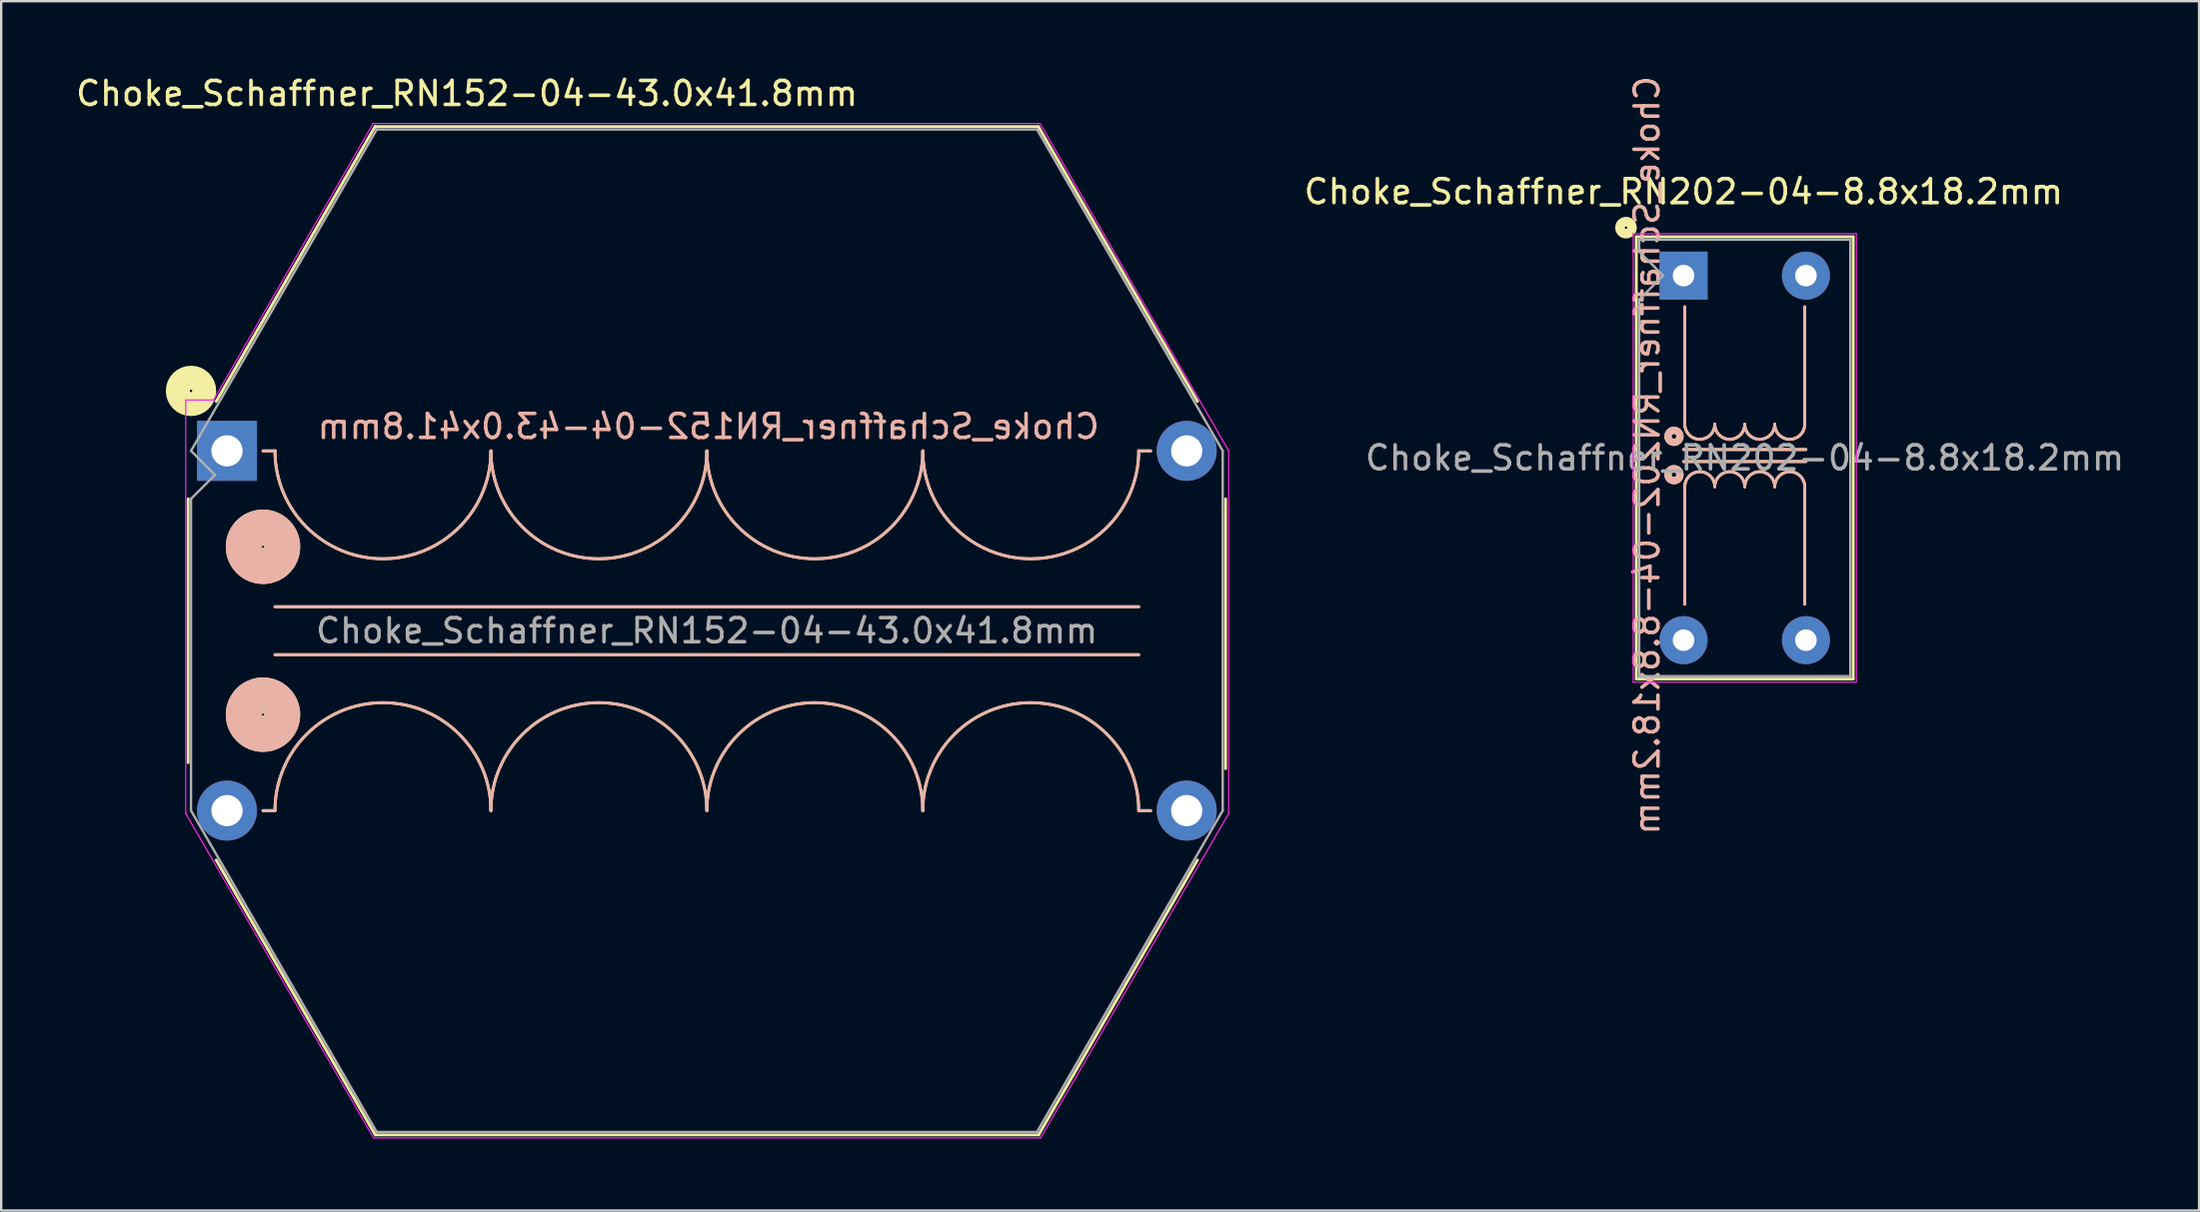
<source format=kicad_pcb>
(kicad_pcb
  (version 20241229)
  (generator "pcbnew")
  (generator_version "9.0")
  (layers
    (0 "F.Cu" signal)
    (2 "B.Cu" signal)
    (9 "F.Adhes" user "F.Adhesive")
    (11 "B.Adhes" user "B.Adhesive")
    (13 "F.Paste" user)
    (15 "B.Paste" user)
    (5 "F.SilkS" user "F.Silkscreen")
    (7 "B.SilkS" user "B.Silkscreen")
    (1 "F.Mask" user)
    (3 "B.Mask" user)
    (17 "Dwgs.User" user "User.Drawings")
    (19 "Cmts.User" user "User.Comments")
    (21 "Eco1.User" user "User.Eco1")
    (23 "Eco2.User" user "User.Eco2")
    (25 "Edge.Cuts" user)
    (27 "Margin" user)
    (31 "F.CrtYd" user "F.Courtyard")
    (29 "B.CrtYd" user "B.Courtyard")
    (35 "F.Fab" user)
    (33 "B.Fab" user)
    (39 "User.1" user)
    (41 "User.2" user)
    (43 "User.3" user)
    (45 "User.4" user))
  (footprint "Choke_Schaffner_RN202-04-8.8x18.2mm"
    (layer "F.Cu")
    (at 67.12 8.442)
    (property "Reference" "Choke_Schaffner_RN202-04-8.8x18.2mm" (at 0 -3.5 0) (layer "F.SilkS") (effects (font (size 1 1) (thickness 0.15))))
    (fp_line (start -1.97 -1.62) (end 7.07 -1.62) (stroke (width 0.12) (type solid)) (layer "F.SilkS"))
    (fp_line (start -1.97 16.82) (end -1.97 -1.62) (stroke (width 0.12) (type solid)) (layer "F.SilkS"))
    (fp_line (start 0 7.75) (end 5.1 7.75) (stroke (width 0.12) (type solid)) (layer "F.SilkS"))
    (fp_line (start 0.05 1.3) (end 0.05 6.2) (stroke (width 0.12) (type solid)) (layer "F.SilkS"))
    (fp_line (start 0.05 8.8) (end 0.05 13.7) (stroke (width 0.12) (type solid)) (layer "F.SilkS"))
    (fp_line (start 5.05 6.2) (end 5.05 1.3) (stroke (width 0.12) (type solid)) (layer "F.SilkS"))
    (fp_line (start 5.05 13.7) (end 5.05 8.8) (stroke (width 0.12) (type solid)) (layer "F.SilkS"))
    (fp_line (start 5.1 7.25) (end 0 7.25) (stroke (width 0.12) (type solid)) (layer "F.SilkS"))
    (fp_line (start 7.07 -1.62) (end 7.07 16.82) (stroke (width 0.12) (type solid)) (layer "F.SilkS"))
    (fp_line (start 7.07 16.82) (end -1.97 16.82) (stroke (width 0.12) (type solid)) (layer "F.SilkS"))
    (fp_arc (start 0.05 8.8) (mid 0.675 8.175) (end 1.3 8.8) (stroke (width 0.12) (type solid)) (layer "F.SilkS"))
    (fp_arc (start 1.3 6.2) (mid 0.675 6.825) (end 0.05 6.2) (stroke (width 0.12) (type solid)) (layer "F.SilkS"))
    (fp_arc (start 1.3 8.8) (mid 1.925 8.175) (end 2.55 8.8) (stroke (width 0.12) (type solid)) (layer "F.SilkS"))
    (fp_arc (start 2.55 6.2) (mid 1.925 6.825) (end 1.3 6.2) (stroke (width 0.12) (type solid)) (layer "F.SilkS"))
    (fp_arc (start 2.55 8.8) (mid 3.175 8.175) (end 3.8 8.8) (stroke (width 0.12) (type solid)) (layer "F.SilkS"))
    (fp_arc (start 3.8 6.2) (mid 3.175 6.825) (end 2.55 6.2) (stroke (width 0.12) (type solid)) (layer "F.SilkS"))
    (fp_arc (start 3.8 8.8) (mid 4.425 8.175) (end 5.05 8.8) (stroke (width 0.12) (type solid)) (layer "F.SilkS"))
    (fp_arc (start 5.05 6.2) (mid 4.425 6.825) (end 3.8 6.2) (stroke (width 0.12) (type solid)) (layer "F.SilkS"))
    (fp_circle (center -2.4 -2) (end -2.35 -2) (stroke (width 0.4) (type solid)) (fill no) (layer "F.SilkS"))
    (fp_circle (center -0.4 6.7) (end -0.3 6.7) (stroke (width 0.3) (type solid)) (fill no) (layer "F.SilkS"))
    (fp_circle (center -0.4 8.3) (end -0.5 8.3) (stroke (width 0.3) (type solid)) (fill no) (layer "F.SilkS"))
    (fp_line (start 0 7.25) (end 5.1 7.25) (stroke (width 0.12) (type solid)) (layer "B.SilkS"))
    (fp_line (start 0.05 6.2) (end 0.05 1.3) (stroke (width 0.12) (type solid)) (layer "B.SilkS"))
    (fp_line (start 0.05 13.7) (end 0.05 8.8) (stroke (width 0.12) (type solid)) (layer "B.SilkS"))
    (fp_line (start 5.05 1.3) (end 5.05 6.2) (stroke (width 0.12) (type solid)) (layer "B.SilkS"))
    (fp_line (start 5.05 8.8) (end 5.05 13.7) (stroke (width 0.12) (type solid)) (layer "B.SilkS"))
    (fp_line (start 5.1 7.75) (end 0 7.75) (stroke (width 0.12) (type solid)) (layer "B.SilkS"))
    (fp_arc (start 0.05 8.8) (mid 0.675 8.175) (end 1.3 8.8) (stroke (width 0.12) (type solid)) (layer "B.SilkS"))
    (fp_arc (start 1.3 6.2) (mid 0.675 6.825) (end 0.05 6.2) (stroke (width 0.12) (type solid)) (layer "B.SilkS"))
    (fp_arc (start 1.3 8.8) (mid 1.925 8.175) (end 2.55 8.8) (stroke (width 0.12) (type solid)) (layer "B.SilkS"))
    (fp_arc (start 2.55 6.2) (mid 1.925 6.825) (end 1.3 6.2) (stroke (width 0.12) (type solid)) (layer "B.SilkS"))
    (fp_arc (start 2.55 8.8) (mid 3.175 8.175) (end 3.8 8.8) (stroke (width 0.12) (type solid)) (layer "B.SilkS"))
    (fp_arc (start 3.8 6.2) (mid 3.175 6.825) (end 2.55 6.2) (stroke (width 0.12) (type solid)) (layer "B.SilkS"))
    (fp_arc (start 3.8 8.8) (mid 4.425 8.175) (end 5.05 8.8) (stroke (width 0.12) (type solid)) (layer "B.SilkS"))
    (fp_arc (start 5.05 6.2) (mid 4.425 6.825) (end 3.8 6.2) (stroke (width 0.12) (type solid)) (layer "B.SilkS"))
    (fp_circle (center -0.4 6.7) (end -0.5 6.7) (stroke (width 0.3) (type solid)) (fill no) (layer "B.SilkS"))
    (fp_circle (center -0.4 8.3) (end -0.3 8.3) (stroke (width 0.3) (type solid)) (fill no) (layer "B.SilkS"))
    (fp_line (start -2.1 -1.75) (end -2.1 16.95) (stroke (width 0.05) (type solid)) (layer "F.CrtYd"))
    (fp_line (start -2.1 16.95) (end 7.2 16.95) (stroke (width 0.05) (type solid)) (layer "F.CrtYd"))
    (fp_line (start 7.2 -1.75) (end -2.1 -1.75) (stroke (width 0.05) (type solid)) (layer "F.CrtYd"))
    (fp_line (start 7.2 16.95) (end 7.2 -1.75) (stroke (width 0.05) (type solid)) (layer "F.CrtYd"))
    (fp_line (start -1.85 -1.5) (end 6.95 -1.5) (stroke (width 0.1) (type solid)) (layer "F.Fab"))
    (fp_line (start -1.85 -1) (end -1.85 -1.5) (stroke (width 0.1) (type solid)) (layer "F.Fab"))
    (fp_line (start -1.85 1) (end -0.85 0) (stroke (width 0.1) (type solid)) (layer "F.Fab"))
    (fp_line (start -1.85 16.7) (end -1.85 1) (stroke (width 0.1) (type solid)) (layer "F.Fab"))
    (fp_line (start -0.85 0) (end -1.85 -1) (stroke (width 0.1) (type solid)) (layer "F.Fab"))
    (fp_line (start 6.95 -1.5) (end 6.95 16.7) (stroke (width 0.1) (type solid)) (layer "F.Fab"))
    (fp_line (start 6.95 16.7) (end -1.85 16.7) (stroke (width 0.1) (type solid)) (layer "F.Fab"))
    (fp_text user "${REFERENCE}" (at -1.524 7.493 90) (layer "B.SilkS") (effects (font (size 1 1) (thickness 0.15)) (justify mirror)))
    (fp_text user "${REFERENCE}" (at 2.55 7.6 0) (layer "F.Fab") (effects (font (size 1 1) (thickness 0.15))))
    (pad "1" thru_hole rect (at 0 0) (size 2 2) (drill 0.9) (layers "*.Cu" "*.Mask"))
    (pad "2" thru_hole circle (at 5.1 0) (size 2 2) (drill 0.9) (layers "*.Cu" "*.Mask"))
    (pad "3" thru_hole circle (at 0 15.2) (size 2 2) (drill 0.9) (layers "*.Cu" "*.Mask"))
    (pad "4" thru_hole circle (at 5.1 15.2) (size 2 2) (drill 0.9) (layers "*.Cu" "*.Mask")))
  (footprint "Choke_Schaffner_RN152-04-43.0x41.8mm"
    (layer "F.Cu")
    (at 6.411 15.748)
    (property "Reference" "Choke_Schaffner_RN152-04-43.0x41.8mm" (at 10 -14.9 0) (layer "F.SilkS") (effects (font (size 1 1) (thickness 0.15))))
    (fp_line (start -1.62 13) (end -1.62 2) (stroke (width 0.12) (type solid)) (layer "F.SilkS"))
    (fp_line (start -0.45 -2.06) (end 6.17 -13.52) (stroke (width 0.12) (type solid)) (layer "F.SilkS"))
    (fp_line (start 2 0) (end 1.5 0) (stroke (width 0.12) (type solid)) (layer "F.SilkS"))
    (fp_line (start 2 8.5) (end 38 8.5) (stroke (width 0.12) (type solid)) (layer "F.SilkS"))
    (fp_line (start 2 15) (end 1.5 15) (stroke (width 0.12) (type solid)) (layer "F.SilkS"))
    (fp_line (start 6.17 -13.52) (end 33.82 -13.52) (stroke (width 0.12) (type solid)) (layer "F.SilkS"))
    (fp_line (start 6.18 28.52) (end -0.45 17.06) (stroke (width 0.12) (type solid)) (layer "F.SilkS"))
    (fp_line (start 33.82 -13.52) (end 40.45 -2.06) (stroke (width 0.12) (type solid)) (layer "F.SilkS"))
    (fp_line (start 33.83 28.52) (end 6.18 28.52) (stroke (width 0.12) (type solid)) (layer "F.SilkS"))
    (fp_line (start 38 0) (end 38.5 0) (stroke (width 0.12) (type solid)) (layer "F.SilkS"))
    (fp_line (start 38 6.5) (end 2 6.5) (stroke (width 0.12) (type solid)) (layer "F.SilkS"))
    (fp_line (start 38 15) (end 38.5 15) (stroke (width 0.12) (type solid)) (layer "F.SilkS"))
    (fp_line (start 40.45 17.06) (end 33.83 28.52) (stroke (width 0.12) (type solid)) (layer "F.SilkS"))
    (fp_line (start 41.62 2) (end 41.62 13.25) (stroke (width 0.12) (type solid)) (layer "F.SilkS"))
    (fp_arc (start 2 15) (mid 6.5 10.5) (end 11 15) (stroke (width 0.12) (type solid)) (layer "F.SilkS"))
    (fp_arc (start 11 0) (mid 6.5 4.5) (end 2 0) (stroke (width 0.12) (type solid)) (layer "F.SilkS"))
    (fp_arc (start 11 15) (mid 15.5 10.5) (end 20 15) (stroke (width 0.12) (type solid)) (layer "F.SilkS"))
    (fp_arc (start 20 0) (mid 15.5 4.5) (end 11 0) (stroke (width 0.12) (type solid)) (layer "F.SilkS"))
    (fp_arc (start 20 15) (mid 24.5 10.5) (end 29 15) (stroke (width 0.12) (type solid)) (layer "F.SilkS"))
    (fp_arc (start 29 0) (mid 24.5 4.5) (end 20 0) (stroke (width 0.12) (type solid)) (layer "F.SilkS"))
    (fp_arc (start 29 15) (mid 33.5 10.5) (end 38 15) (stroke (width 0.12) (type solid)) (layer "F.SilkS"))
    (fp_arc (start 38 0) (mid 33.5 4.5) (end 29 0) (stroke (width 0.12) (type solid)) (layer "F.SilkS"))
    (fp_circle (center -1.5 -2.5) (end -1.45 -2.5) (stroke (width 1) (type solid)) (fill no) (layer "F.SilkS"))
    (fp_circle (center 1.5 4) (end 1.55 4) (stroke (width 1.5) (type solid)) (fill no) (layer "F.SilkS"))
    (fp_circle (center 1.5 11) (end 1.55 11) (stroke (width 1.5) (type solid)) (fill no) (layer "F.SilkS"))
    (fp_line (start 2 0) (end 1.5 0) (stroke (width 0.12) (type solid)) (layer "B.SilkS"))
    (fp_line (start 2 6.5) (end 38 6.5) (stroke (width 0.12) (type solid)) (layer "B.SilkS"))
    (fp_line (start 2 15) (end 1.5 15) (stroke (width 0.12) (type solid)) (layer "B.SilkS"))
    (fp_line (start 38 0) (end 38.5 0) (stroke (width 0.12) (type solid)) (layer "B.SilkS"))
    (fp_line (start 38 8.5) (end 2 8.5) (stroke (width 0.12) (type solid)) (layer "B.SilkS"))
    (fp_line (start 38 15) (end 38.5 15) (stroke (width 0.12) (type solid)) (layer "B.SilkS"))
    (fp_arc (start 2 15) (mid 6.5 10.5) (end 11 15) (stroke (width 0.12) (type solid)) (layer "B.SilkS"))
    (fp_arc (start 11 0) (mid 6.5 4.5) (end 2 0) (stroke (width 0.12) (type solid)) (layer "B.SilkS"))
    (fp_arc (start 11 15) (mid 15.5 10.5) (end 20 15) (stroke (width 0.12) (type solid)) (layer "B.SilkS"))
    (fp_arc (start 20 0) (mid 15.5 4.5) (end 11 0) (stroke (width 0.12) (type solid)) (layer "B.SilkS"))
    (fp_arc (start 20 15) (mid 24.5 10.5) (end 29 15) (stroke (width 0.12) (type solid)) (layer "B.SilkS"))
    (fp_arc (start 29 0) (mid 24.5 4.5) (end 20 0) (stroke (width 0.12) (type solid)) (layer "B.SilkS"))
    (fp_arc (start 29 15) (mid 33.5 10.5) (end 38 15) (stroke (width 0.12) (type solid)) (layer "B.SilkS"))
    (fp_arc (start 38 0) (mid 33.5 4.5) (end 29 0) (stroke (width 0.12) (type solid)) (layer "B.SilkS"))
    (fp_circle (center 1.5 4) (end 1.55 4) (stroke (width 1.5) (type solid)) (fill no) (layer "B.SilkS"))
    (fp_circle (center 1.5 11) (end 1.55 11) (stroke (width 1.5) (type solid)) (fill no) (layer "B.SilkS"))
    (fp_line (start -1.72 -2.12) (end -0.56 -2.12) (stroke (width 0.05) (type solid)) (layer "F.CrtYd"))
    (fp_line (start -1.72 15.12) (end -1.72 -2.12) (stroke (width 0.05) (type solid)) (layer "F.CrtYd"))
    (fp_line (start -0.56 -2.12) (end 6.09 -13.65) (stroke (width 0.05) (type solid)) (layer "F.CrtYd"))
    (fp_line (start 6.09 -13.65) (end 33.89 -13.65) (stroke (width 0.05) (type solid)) (layer "F.CrtYd"))
    (fp_line (start 6.11 28.65) (end -1.72 15.12) (stroke (width 0.05) (type solid)) (layer "F.CrtYd"))
    (fp_line (start 33.89 -13.65) (end 41.75 0) (stroke (width 0.05) (type solid)) (layer "F.CrtYd"))
    (fp_line (start 33.91 28.65) (end 6.11 28.65) (stroke (width 0.05) (type solid)) (layer "F.CrtYd"))
    (fp_line (start 41.75 0) (end 41.75 15.12) (stroke (width 0.05) (type solid)) (layer "F.CrtYd"))
    (fp_line (start 41.75 15.12) (end 33.91 28.65) (stroke (width 0.05) (type solid)) (layer "F.CrtYd"))
    (fp_line (start -1.5 0) (end 6.24 -13.4) (stroke (width 0.1) (type solid)) (layer "F.Fab"))
    (fp_line (start -1.5 2) (end -0.5 1) (stroke (width 0.1) (type solid)) (layer "F.Fab"))
    (fp_line (start -1.5 15) (end -1.5 2) (stroke (width 0.1) (type solid)) (layer "F.Fab"))
    (fp_line (start -0.5 1) (end -1.5 0) (stroke (width 0.1) (type solid)) (layer "F.Fab"))
    (fp_line (start 6.24 -13.4) (end 33.76 -13.4) (stroke (width 0.1) (type solid)) (layer "F.Fab"))
    (fp_line (start 6.24 28.4) (end -1.5 15) (stroke (width 0.1) (type solid)) (layer "F.Fab"))
    (fp_line (start 33.76 -13.4) (end 41.5 0) (stroke (width 0.1) (type solid)) (layer "F.Fab"))
    (fp_line (start 33.76 28.4) (end 6.24 28.4) (stroke (width 0.1) (type solid)) (layer "F.Fab"))
    (fp_line (start 41.5 0) (end 41.5 15) (stroke (width 0.1) (type solid)) (layer "F.Fab"))
    (fp_line (start 41.5 15) (end 33.76 28.4) (stroke (width 0.1) (type solid)) (layer "F.Fab"))
    (fp_text user "${REFERENCE}" (at 20.066 -1.016 0) (layer "B.SilkS") (effects (font (size 1 1) (thickness 0.15)) (justify mirror)))
    (fp_text user "${REFERENCE}" (at 20 7.5 0) (layer "F.Fab") (effects (font (size 1 1) (thickness 0.15))))
    (pad "1" thru_hole rect (at 0 0) (size 2.5 2.5) (drill 1.3) (layers "*.Cu" "*.Mask"))
    (pad "2" thru_hole circle (at 40 0) (size 2.5 2.5) (drill 1.3) (layers "*.Cu" "*.Mask"))
    (pad "3" thru_hole circle (at 0 15) (size 2.5 2.5) (drill 1.3) (layers "*.Cu" "*.Mask"))
    (pad "4" thru_hole circle (at 40 15) (size 2.5 2.5) (drill 1.3) (layers "*.Cu" "*.Mask")))
  (gr_rect
    (start -3 -3)
    (end 88.605 47.423)
    (stroke (width 0.1) (type default))
    (fill no)
    (layer "Edge.Cuts")))
</source>
